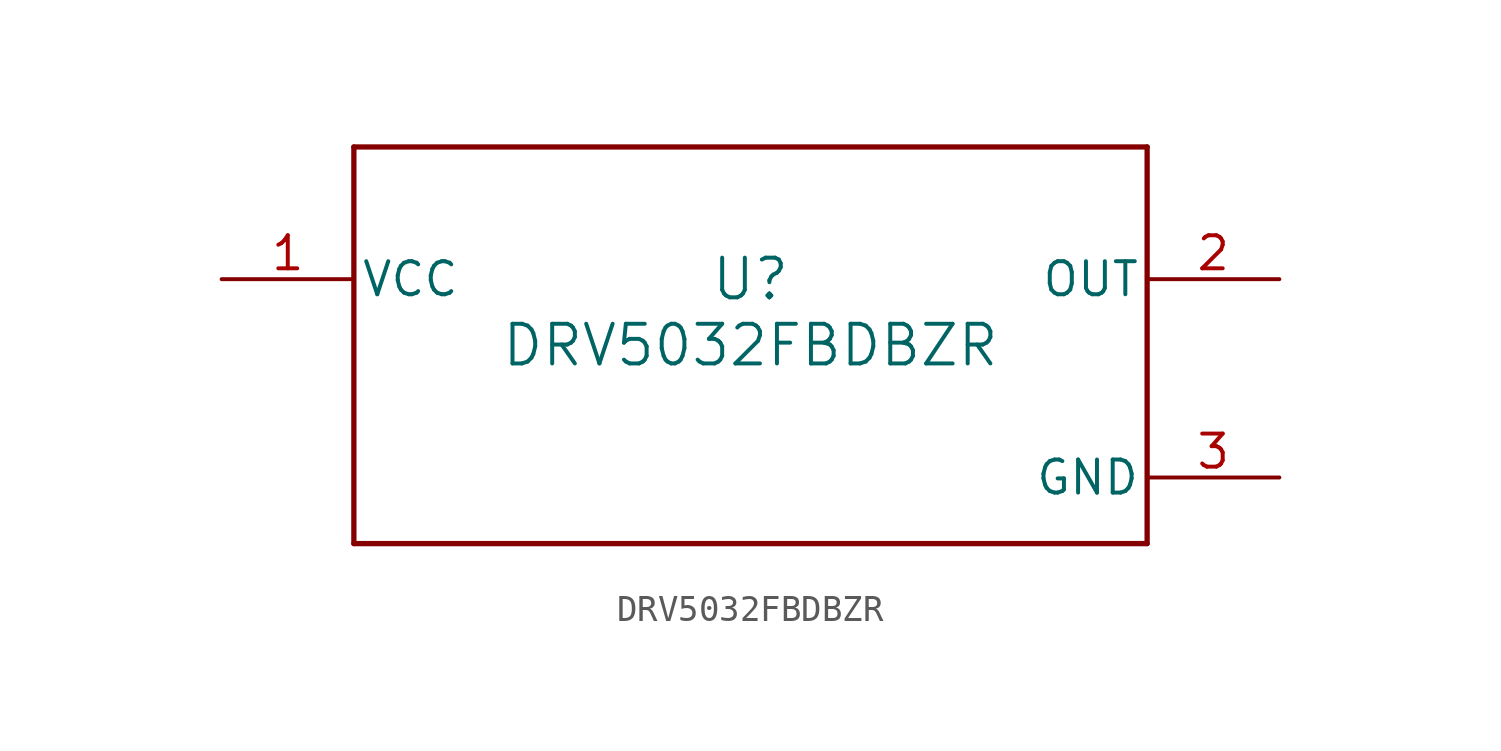
<source format=kicad_sym>
(kicad_symbol_lib
  (version 20211014)
  (generator kicad_symbol_editor)
  (symbol "DRV5032FBDBZR"
    (pin_names
      (offset 0.254))
    (property "Reference" "U"
      (at 0 2.54 0)
      (effects (font (size 1.524 1.524))))
    (property "Value" "DRV5032FBDBZR"
      (at 0 0 0)
      (effects (font (size 1.524 1.524))))
    (symbol "DRV5032FBDBZR_0_1"
      (polyline (pts (xy -15.24 -7.62) (xy 15.24 -7.62)) (stroke (width 0.203) (type default) (color 0 0 0 0)) (fill (type none)))
      (polyline (pts (xy 15.24 -7.62) (xy 15.24 7.62)) (stroke (width 0.203) (type default) (color 0 0 0 0)) (fill (type none)))
      (polyline (pts (xy 15.24 7.62) (xy -15.24 7.62)) (stroke (width 0.203) (type default) (color 0 0 0 0)) (fill (type none)))
      (polyline (pts (xy -15.24 7.62) (xy -15.24 -7.62)) (stroke (width 0.203) (type default) (color 0 0 0 0)) (fill (type none)))
      (pin power_in line (at -20.32 2.54 0) (length 5.08) (name "VCC" (effects (font (size 1.27 1.27)))) (number "1" (effects (font (size 1.27 1.27)))))
      (pin output line (at 20.32 2.54 180) (length 5.08) (name "OUT" (effects (font (size 1.27 1.27)))) (number "2" (effects (font (size 1.27 1.27)))))
      (pin power_in line (at 20.32 -5.08 180) (length 5.08) (name "GND" (effects (font (size 1.27 1.27)))) (number "3" (effects (font (size 1.27 1.27))))))))
</source>
